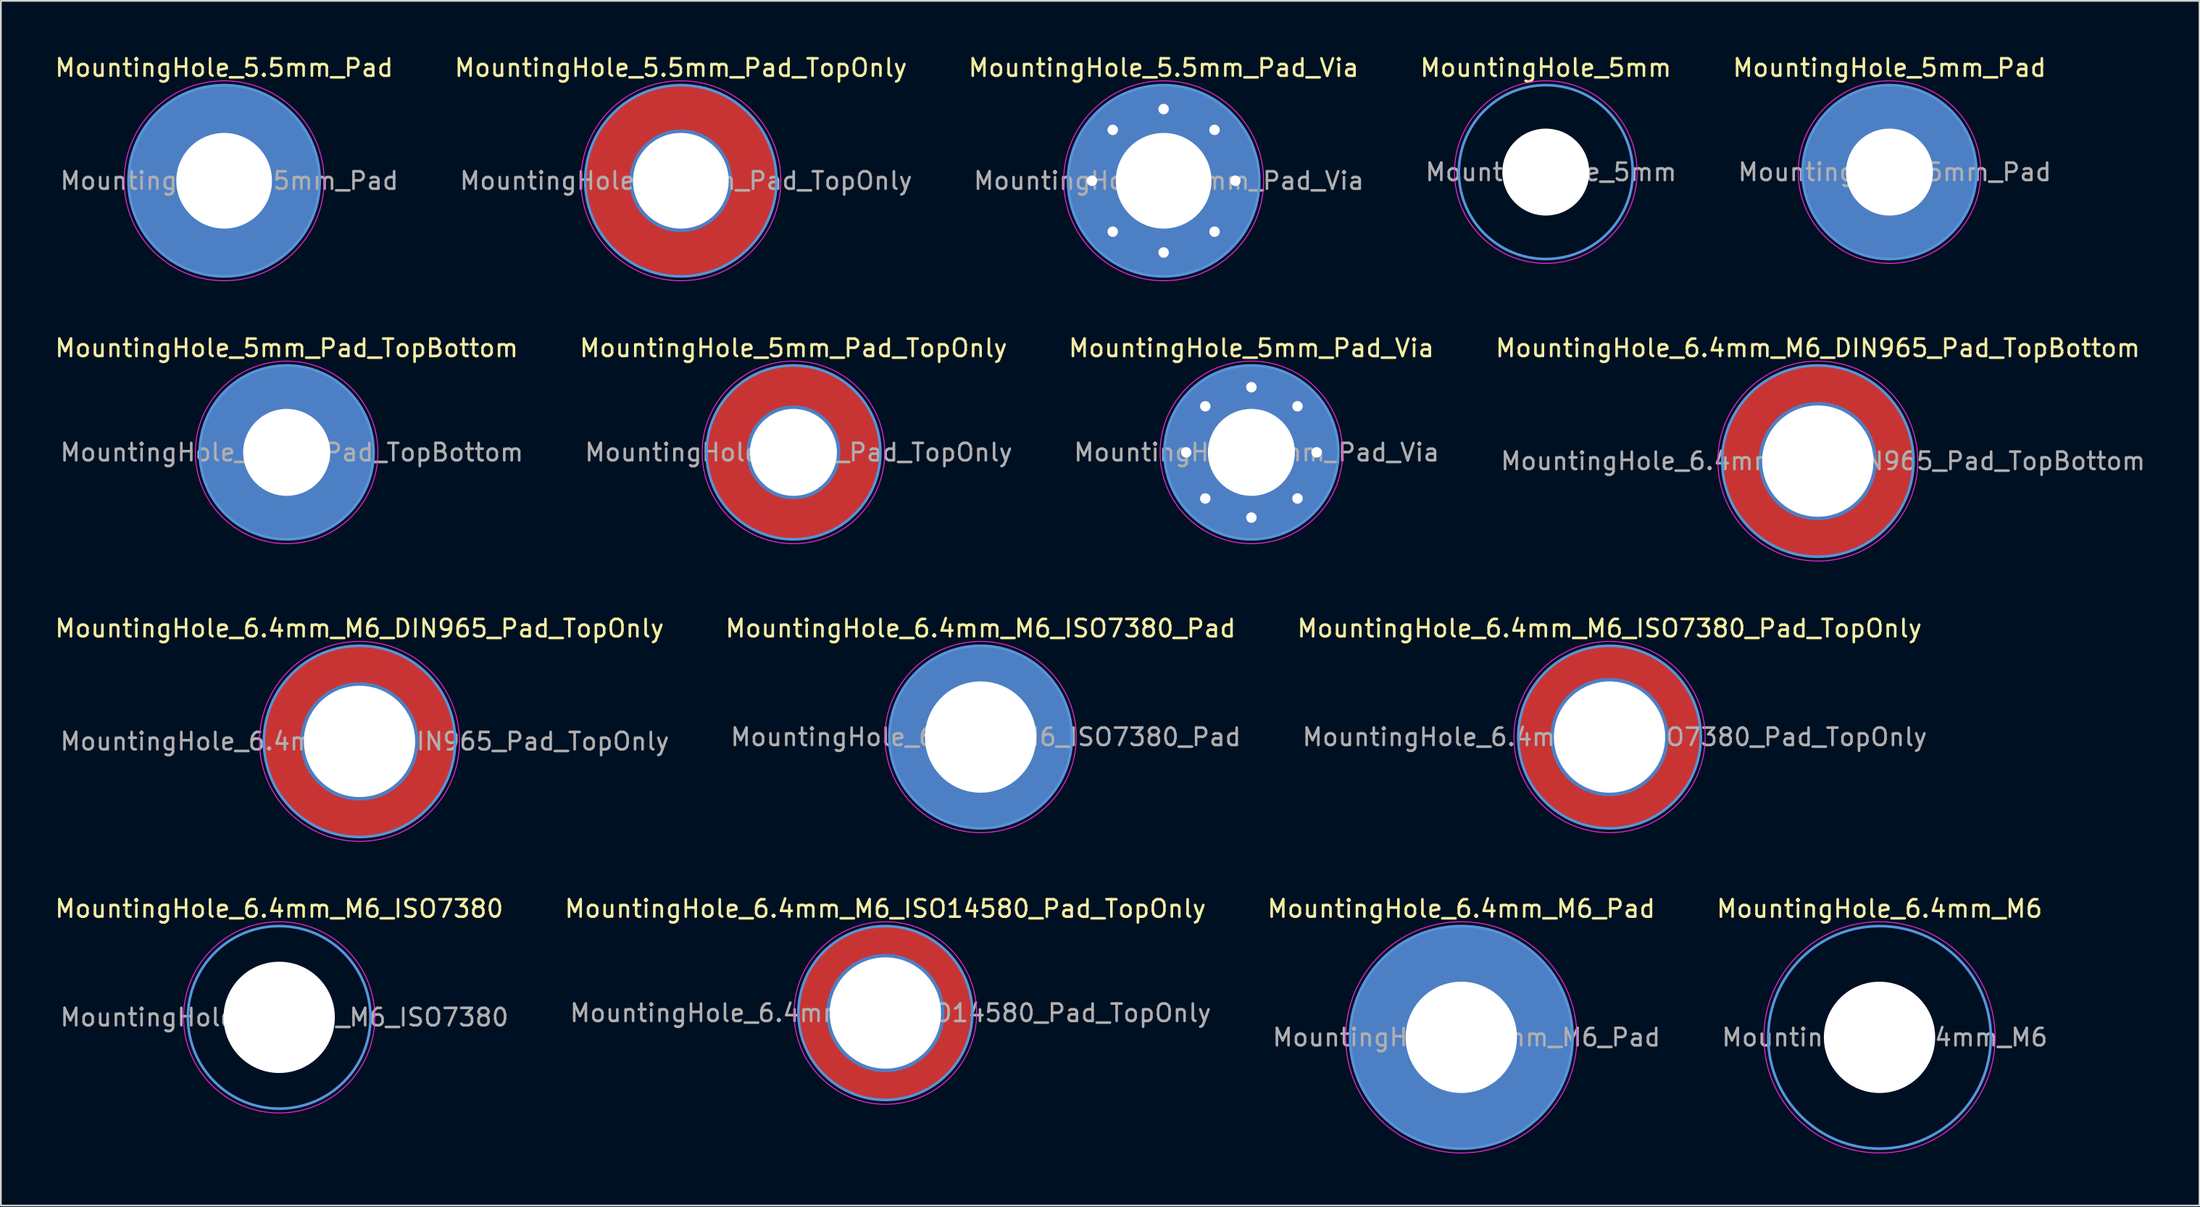
<source format=kicad_pcb>
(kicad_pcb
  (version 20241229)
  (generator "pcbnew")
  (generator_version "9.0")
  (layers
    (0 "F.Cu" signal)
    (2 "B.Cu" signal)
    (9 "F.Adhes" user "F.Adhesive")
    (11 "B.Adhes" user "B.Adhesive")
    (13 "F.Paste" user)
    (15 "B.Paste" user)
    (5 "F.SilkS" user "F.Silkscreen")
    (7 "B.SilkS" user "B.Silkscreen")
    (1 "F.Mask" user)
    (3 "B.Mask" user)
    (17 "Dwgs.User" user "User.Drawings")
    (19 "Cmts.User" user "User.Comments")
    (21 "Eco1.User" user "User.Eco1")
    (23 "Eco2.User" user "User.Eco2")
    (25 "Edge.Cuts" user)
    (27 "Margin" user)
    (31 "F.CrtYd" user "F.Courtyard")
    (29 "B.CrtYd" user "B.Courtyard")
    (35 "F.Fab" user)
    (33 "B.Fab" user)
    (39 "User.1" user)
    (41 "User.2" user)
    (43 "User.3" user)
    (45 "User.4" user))
  (footprint "MountingHole_6.4mm_M6_DIN965_Pad_TopOnly"
    (layer "F.Cu")
    (at 17.625 39.595)
    (property "Reference" "MountingHole_6.4mm_M6_DIN965_Pad_TopOnly" (at 0 -6.5 0) (layer "F.SilkS") (effects (font (size 1 1) (thickness 0.15))))
    (attr exclude_from_pos_files exclude_from_bom)
    (fp_circle (center 0 0) (end 5.5 0) (stroke (width 0.15) (type solid)) (fill no) (layer "Cmts.User"))
    (fp_circle (center 0 0) (end 5.75 0) (stroke (width 0.05) (type solid)) (fill no) (layer "F.CrtYd"))
    (fp_text user "${REFERENCE}" (at 0.3 0 0) (layer "F.Fab") (effects (font (size 1 1) (thickness 0.15))))
    (pad "1" thru_hole circle (at 0 0) (size 6.8 6.8) (drill 6.4) (layers "*.Cu" "*.Mask"))
    (pad "1" connect circle (at 0 0) (size 11 11) (layers "F.Cu" "F.Mask")))
  (footprint "MountingHole_5mm"
    (layer "F.Cu")
    (at 85.846 6.848)
    (property "Reference" "MountingHole_5mm" (at 0 -6 0) (layer "F.SilkS") (effects (font (size 1 1) (thickness 0.15))))
    (attr exclude_from_pos_files exclude_from_bom)
    (fp_circle (center 0 0) (end 5 0) (stroke (width 0.15) (type solid)) (fill no) (layer "Cmts.User"))
    (fp_circle (center 0 0) (end 5.25 0) (stroke (width 0.05) (type solid)) (fill no) (layer "F.CrtYd"))
    (fp_text user "${REFERENCE}" (at 0.3 0 0) (layer "F.Fab") (effects (font (size 1 1) (thickness 0.15))))
    (pad "" np_thru_hole circle (at 0 0) (size 5 5) (drill 5) (layers "*.Cu" "*.Mask")))
  (footprint "MountingHole_6.4mm_M6_ISO7380"
    (layer "F.Cu")
    (at 13.006 55.468)
    (property "Reference" "MountingHole_6.4mm_M6_ISO7380" (at 0 -6.25 0) (layer "F.SilkS") (effects (font (size 1 1) (thickness 0.15))))
    (attr exclude_from_pos_files exclude_from_bom)
    (fp_circle (center 0 0) (end 5.25 0) (stroke (width 0.15) (type solid)) (fill no) (layer "Cmts.User"))
    (fp_circle (center 0 0) (end 5.5 0) (stroke (width 0.05) (type solid)) (fill no) (layer "F.CrtYd"))
    (fp_text user "${REFERENCE}" (at 0.3 0 0) (layer "F.Fab") (effects (font (size 1 1) (thickness 0.15))))
    (pad "" np_thru_hole circle (at 0 0) (size 6.4 6.4) (drill 6.4) (layers "*.Cu" "*.Mask")))
  (footprint "MountingHole_6.4mm_M6_Pad"
    (layer "F.Cu")
    (at 80.987 56.618)
    (property "Reference" "MountingHole_6.4mm_M6_Pad" (at 0 -7.4 0) (layer "F.SilkS") (effects (font (size 1 1) (thickness 0.15))))
    (attr exclude_from_pos_files exclude_from_bom)
    (fp_circle (center 0 0) (end 6.4 0) (stroke (width 0.15) (type solid)) (fill no) (layer "Cmts.User"))
    (fp_circle (center 0 0) (end 6.65 0) (stroke (width 0.05) (type solid)) (fill no) (layer "F.CrtYd"))
    (fp_text user "${REFERENCE}" (at 0.3 0 0) (layer "F.Fab") (effects (font (size 1 1) (thickness 0.15))))
    (pad "1" thru_hole circle (at 0 0) (size 12.8 12.8) (drill 6.4) (layers "*.Cu" "*.Mask")))
  (footprint "MountingHole_5mm_Pad_TopOnly"
    (layer "F.Cu")
    (at 42.58 22.971)
    (property "Reference" "MountingHole_5mm_Pad_TopOnly" (at 0 -6 0) (layer "F.SilkS") (effects (font (size 1 1) (thickness 0.15))))
    (attr exclude_from_pos_files exclude_from_bom)
    (fp_circle (center 0 0) (end 5 0) (stroke (width 0.15) (type solid)) (fill no) (layer "Cmts.User"))
    (fp_circle (center 0 0) (end 5.25 0) (stroke (width 0.05) (type solid)) (fill no) (layer "F.CrtYd"))
    (fp_text user "${REFERENCE}" (at 0.3 0 0) (layer "F.Fab") (effects (font (size 1 1) (thickness 0.15))))
    (pad "1" thru_hole circle (at 0 0) (size 5.4 5.4) (drill 5) (layers "*.Cu" "*.Mask"))
    (pad "1" connect circle (at 0 0) (size 10 10) (layers "F.Cu" "F.Mask")))
  (footprint "MountingHole_5mm_Pad_TopBottom"
    (layer "F.Cu")
    (at 13.435 22.971)
    (property "Reference" "MountingHole_5mm_Pad_TopBottom" (at 0 -6 0) (layer "F.SilkS") (effects (font (size 1 1) (thickness 0.15))))
    (attr exclude_from_pos_files exclude_from_bom)
    (fp_circle (center 0 0) (end 5 0) (stroke (width 0.15) (type solid)) (fill no) (layer "Cmts.User"))
    (fp_circle (center 0 0) (end 5.25 0) (stroke (width 0.05) (type solid)) (fill no) (layer "F.CrtYd"))
    (fp_text user "${REFERENCE}" (at 0.3 0 0) (layer "F.Fab") (effects (font (size 1 1) (thickness 0.15))))
    (pad "1" thru_hole circle (at 0 0) (size 5.4 5.4) (drill 5) (layers "*.Cu" "*.Mask"))
    (pad "1" connect circle (at 0 0) (size 10 10) (layers "F.Cu" "F.Mask"))
    (pad "1" connect circle (at 0 0) (size 10 10) (layers "B.Cu" "B.Mask")))
  (footprint "MountingHole_5.5mm_Pad"
    (layer "F.Cu")
    (at 9.839 7.348)
    (property "Reference" "MountingHole_5.5mm_Pad" (at 0 -6.5 0) (layer "F.SilkS") (effects (font (size 1 1) (thickness 0.15))))
    (attr exclude_from_pos_files exclude_from_bom)
    (fp_circle (center 0 0) (end 5.5 0) (stroke (width 0.15) (type solid)) (fill no) (layer "Cmts.User"))
    (fp_circle (center 0 0) (end 5.75 0) (stroke (width 0.05) (type solid)) (fill no) (layer "F.CrtYd"))
    (fp_text user "${REFERENCE}" (at 0.3 0 0) (layer "F.Fab") (effects (font (size 1 1) (thickness 0.15))))
    (pad "1" thru_hole circle (at 0 0) (size 11 11) (drill 5.5) (layers "*.Cu" "*.Mask")))
  (footprint "MountingHole_6.4mm_M6_DIN965_Pad_TopBottom"
    (layer "F.Cu")
    (at 101.489 23.471)
    (property "Reference" "MountingHole_6.4mm_M6_DIN965_Pad_TopBottom" (at 0 -6.5 0) (layer "F.SilkS") (effects (font (size 1 1) (thickness 0.15))))
    (attr exclude_from_pos_files exclude_from_bom)
    (fp_circle (center 0 0) (end 5.5 0) (stroke (width 0.15) (type solid)) (fill no) (layer "Cmts.User"))
    (fp_circle (center 0 0) (end 5.75 0) (stroke (width 0.05) (type solid)) (fill no) (layer "F.CrtYd"))
    (fp_text user "${REFERENCE}" (at 0.3 0 0) (layer "F.Fab") (effects (font (size 1 1) (thickness 0.15))))
    (pad "" connect circle (at 0 0) (size 11 11) (layers "B.Mask" "Rescue"))
    (pad "1" thru_hole circle (at 0 0) (size 6.8 6.8) (drill 6.4) (layers "*.Cu" "*.Mask"))
    (pad "1" connect circle (at 0 0) (size 11 11) (layers "F.Cu" "F.Mask")))
  (footprint "MountingHole_5.5mm_Pad_Via"
    (layer "F.Cu")
    (at 63.868 7.348)
    (property "Reference" "MountingHole_5.5mm_Pad_Via" (at 0 -6.5 0) (layer "F.SilkS") (effects (font (size 1 1) (thickness 0.15))))
    (attr exclude_from_pos_files exclude_from_bom)
    (fp_circle (center 0 0) (end 5.5 0) (stroke (width 0.15) (type solid)) (fill no) (layer "Cmts.User"))
    (fp_circle (center 0 0) (end 5.75 0) (stroke (width 0.05) (type solid)) (fill no) (layer "F.CrtYd"))
    (fp_text user "${REFERENCE}" (at 0.3 0 0) (layer "F.Fab") (effects (font (size 1 1) (thickness 0.15))))
    (pad "" thru_hole circle (at -4.125 0) (size 0.9 0.9) (drill 0.6) (layers "*.Cu" "*.Mask"))
    (pad "" thru_hole circle (at -2.927 -2.927) (size 0.9 0.9) (drill 0.6) (layers "*.Cu" "*.Mask"))
    (pad "" thru_hole circle (at -2.927 2.927) (size 0.9 0.9) (drill 0.6) (layers "*.Cu" "*.Mask"))
    (pad "" thru_hole circle (at 0 -4.125) (size 0.9 0.9) (drill 0.6) (layers "*.Cu" "*.Mask"))
    (pad "" thru_hole circle (at 0 4.125) (size 0.9 0.9) (drill 0.6) (layers "*.Cu" "*.Mask"))
    (pad "" thru_hole circle (at 2.927 -2.927) (size 0.9 0.9) (drill 0.6) (layers "*.Cu" "*.Mask"))
    (pad "" thru_hole circle (at 2.927 2.927) (size 0.9 0.9) (drill 0.6) (layers "*.Cu" "*.Mask"))
    (pad "" thru_hole circle (at 4.125 0) (size 0.9 0.9) (drill 0.6) (layers "*.Cu" "*.Mask"))
    (pad "1" thru_hole circle (at 0 0) (size 11 11) (drill 5.5) (layers "*.Cu" "*.Mask")))
  (footprint "MountingHole_6.4mm_M6_ISO7380_Pad"
    (layer "F.Cu")
    (at 53.342 39.345)
    (property "Reference" "MountingHole_6.4mm_M6_ISO7380_Pad" (at 0 -6.25 0) (layer "F.SilkS") (effects (font (size 1 1) (thickness 0.15))))
    (attr exclude_from_pos_files exclude_from_bom)
    (fp_circle (center 0 0) (end 5.25 0) (stroke (width 0.15) (type solid)) (fill no) (layer "Cmts.User"))
    (fp_circle (center 0 0) (end 5.5 0) (stroke (width 0.05) (type solid)) (fill no) (layer "F.CrtYd"))
    (fp_text user "${REFERENCE}" (at 0.3 0 0) (layer "F.Fab") (effects (font (size 1 1) (thickness 0.15))))
    (pad "1" thru_hole circle (at 0 0) (size 10.5 10.5) (drill 6.4) (layers "*.Cu" "*.Mask")))
  (footprint "MountingHole_5mm_Pad_Via"
    (layer "F.Cu")
    (at 68.915 22.971)
    (property "Reference" "MountingHole_5mm_Pad_Via" (at 0 -6 0) (layer "F.SilkS") (effects (font (size 1 1) (thickness 0.15))))
    (attr exclude_from_pos_files exclude_from_bom)
    (fp_circle (center 0 0) (end 5 0) (stroke (width 0.15) (type solid)) (fill no) (layer "Cmts.User"))
    (fp_circle (center 0 0) (end 5.25 0) (stroke (width 0.05) (type solid)) (fill no) (layer "F.CrtYd"))
    (fp_text user "${REFERENCE}" (at 0.3 0 0) (layer "F.Fab") (effects (font (size 1 1) (thickness 0.15))))
    (pad "1" thru_hole circle (at -3.75 0) (size 0.9 0.9) (drill 0.6) (layers "*.Cu" "*.Mask"))
    (pad "1" thru_hole circle (at -2.652 -2.652) (size 0.9 0.9) (drill 0.6) (layers "*.Cu" "*.Mask"))
    (pad "1" thru_hole circle (at -2.652 2.652) (size 0.9 0.9) (drill 0.6) (layers "*.Cu" "*.Mask"))
    (pad "1" thru_hole circle (at 0 -3.75) (size 0.9 0.9) (drill 0.6) (layers "*.Cu" "*.Mask"))
    (pad "1" thru_hole circle (at 0 0) (size 10 10) (drill 5) (layers "*.Cu" "*.Mask"))
    (pad "1" thru_hole circle (at 0 3.75) (size 0.9 0.9) (drill 0.6) (layers "*.Cu" "*.Mask"))
    (pad "1" thru_hole circle (at 2.652 -2.652) (size 0.9 0.9) (drill 0.6) (layers "*.Cu" "*.Mask"))
    (pad "1" thru_hole circle (at 2.652 2.652) (size 0.9 0.9) (drill 0.6) (layers "*.Cu" "*.Mask"))
    (pad "1" thru_hole circle (at 3.75 0) (size 0.9 0.9) (drill 0.6) (layers "*.Cu" "*.Mask")))
  (footprint "MountingHole_6.4mm_M6"
    (layer "F.Cu")
    (at 105.037 56.618)
    (property "Reference" "MountingHole_6.4mm_M6" (at 0 -7.4 0) (layer "F.SilkS") (effects (font (size 1 1) (thickness 0.15))))
    (attr exclude_from_pos_files exclude_from_bom)
    (fp_circle (center 0 0) (end 6.4 0) (stroke (width 0.15) (type solid)) (fill no) (layer "Cmts.User"))
    (fp_circle (center 0 0) (end 6.65 0) (stroke (width 0.05) (type solid)) (fill no) (layer "F.CrtYd"))
    (fp_text user "${REFERENCE}" (at 0.3 0 0) (layer "F.Fab") (effects (font (size 1 1) (thickness 0.15))))
    (pad "" np_thru_hole circle (at 0 0) (size 6.4 6.4) (drill 6.4) (layers "*.Cu" "*.Mask")))
  (footprint "MountingHole_5.5mm_Pad_TopOnly"
    (layer "F.Cu")
    (at 36.104 7.348)
    (property "Reference" "MountingHole_5.5mm_Pad_TopOnly" (at 0 -6.5 0) (layer "F.SilkS") (effects (font (size 1 1) (thickness 0.15))))
    (attr exclude_from_pos_files exclude_from_bom)
    (fp_circle (center 0 0) (end 5.5 0) (stroke (width 0.15) (type solid)) (fill no) (layer "Cmts.User"))
    (fp_circle (center 0 0) (end 5.75 0) (stroke (width 0.05) (type solid)) (fill no) (layer "F.CrtYd"))
    (fp_text user "${REFERENCE}" (at 0.3 0 0) (layer "F.Fab") (effects (font (size 1 1) (thickness 0.15))))
    (pad "1" thru_hole circle (at 0 0) (size 5.9 5.9) (drill 5.5) (layers "*.Cu" "*.Mask"))
    (pad "1" connect circle (at 0 0) (size 11 11) (layers "F.Cu" "F.Mask")))
  (footprint "MountingHole_6.4mm_M6_ISO7380_Pad_TopOnly"
    (layer "F.Cu")
    (at 89.511 39.345)
    (property "Reference" "MountingHole_6.4mm_M6_ISO7380_Pad_TopOnly" (at 0 -6.25 0) (layer "F.SilkS") (effects (font (size 1 1) (thickness 0.15))))
    (attr exclude_from_pos_files exclude_from_bom)
    (fp_circle (center 0 0) (end 5.25 0) (stroke (width 0.15) (type solid)) (fill no) (layer "Cmts.User"))
    (fp_circle (center 0 0) (end 5.5 0) (stroke (width 0.05) (type solid)) (fill no) (layer "F.CrtYd"))
    (fp_text user "${REFERENCE}" (at 0.3 0 0) (layer "F.Fab") (effects (font (size 1 1) (thickness 0.15))))
    (pad "1" thru_hole circle (at 0 0) (size 6.8 6.8) (drill 6.4) (layers "*.Cu" "*.Mask"))
    (pad "1" connect circle (at 0 0) (size 10.5 10.5) (layers "F.Cu" "F.Mask")))
  (footprint "MountingHole_6.4mm_M6_ISO14580_Pad_TopOnly"
    (layer "F.Cu")
    (at 47.865 55.218)
    (property "Reference" "MountingHole_6.4mm_M6_ISO14580_Pad_TopOnly" (at 0 -6 0) (layer "F.SilkS") (effects (font (size 1 1) (thickness 0.15))))
    (attr exclude_from_pos_files exclude_from_bom)
    (fp_circle (center 0 0) (end 5 0) (stroke (width 0.15) (type solid)) (fill no) (layer "Cmts.User"))
    (fp_circle (center 0 0) (end 5.25 0) (stroke (width 0.05) (type solid)) (fill no) (layer "F.CrtYd"))
    (fp_text user "${REFERENCE}" (at 0.3 0 0) (layer "F.Fab") (effects (font (size 1 1) (thickness 0.15))))
    (pad "1" thru_hole circle (at 0 0) (size 6.8 6.8) (drill 6.4) (layers "*.Cu" "*.Mask"))
    (pad "1" connect circle (at 0 0) (size 10 10) (layers "F.Cu" "F.Mask")))
  (footprint "MountingHole_5mm_Pad"
    (layer "F.Cu")
    (at 105.611 6.848)
    (property "Reference" "MountingHole_5mm_Pad" (at 0 -6 0) (layer "F.SilkS") (effects (font (size 1 1) (thickness 0.15))))
    (attr exclude_from_pos_files exclude_from_bom)
    (fp_circle (center 0 0) (end 5 0) (stroke (width 0.15) (type solid)) (fill no) (layer "Cmts.User"))
    (fp_circle (center 0 0) (end 5.25 0) (stroke (width 0.05) (type solid)) (fill no) (layer "F.CrtYd"))
    (fp_text user "${REFERENCE}" (at 0.3 0 0) (layer "F.Fab") (effects (font (size 1 1) (thickness 0.15))))
    (pad "1" thru_hole circle (at 0 0) (size 10 10) (drill 5) (layers "*.Cu" "*.Mask")))
  (gr_rect
    (start -3 -3)
    (end 123.438 66.293)
    (stroke (width 0.1) (type default))
    (fill no)
    (layer "Edge.Cuts")))
</source>
